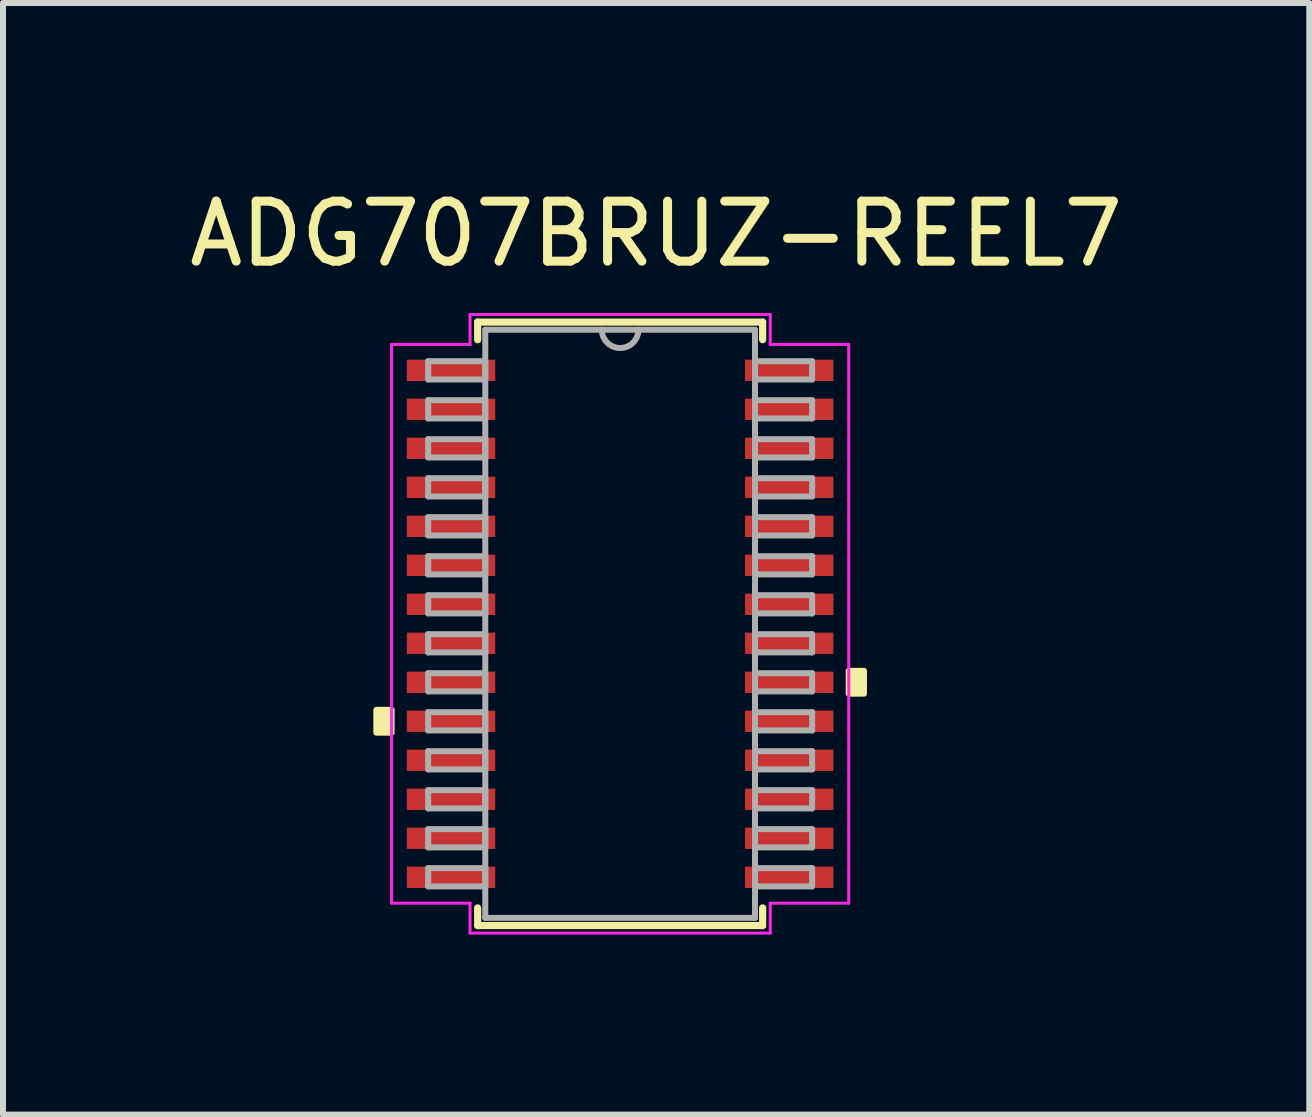
<source format=kicad_pcb>
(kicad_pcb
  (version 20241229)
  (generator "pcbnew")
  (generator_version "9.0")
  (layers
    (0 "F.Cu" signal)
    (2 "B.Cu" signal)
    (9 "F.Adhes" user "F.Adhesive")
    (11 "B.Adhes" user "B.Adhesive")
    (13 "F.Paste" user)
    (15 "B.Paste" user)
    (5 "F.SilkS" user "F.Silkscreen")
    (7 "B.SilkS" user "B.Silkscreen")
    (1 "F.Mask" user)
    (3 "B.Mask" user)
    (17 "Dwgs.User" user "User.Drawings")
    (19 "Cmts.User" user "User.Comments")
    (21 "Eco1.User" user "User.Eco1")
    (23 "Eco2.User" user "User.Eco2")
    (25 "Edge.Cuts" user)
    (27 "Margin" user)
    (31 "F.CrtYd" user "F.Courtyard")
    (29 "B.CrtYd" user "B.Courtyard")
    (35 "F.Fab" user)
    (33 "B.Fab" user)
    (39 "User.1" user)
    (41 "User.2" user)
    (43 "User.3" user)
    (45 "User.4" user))
  (footprint "ADG707BRUZ-REEL7"
    (layer "F.Cu")
    (at 7.287 7.348)
    (property "Reference" "ADG707BRUZ-REEL7" (at 0.6 -6.5 0) (layer "F.SilkS") (effects (font (size 1 1) (thickness 0.15))))
    (attr through_hole)
    (fp_line (start -2.375 -5.029) (end -2.375 -4.736) (stroke (width 0.12) (type solid)) (layer "F.SilkS"))
    (fp_line (start -2.375 4.736) (end -2.375 5.029) (stroke (width 0.12) (type solid)) (layer "F.SilkS"))
    (fp_line (start -2.375 5.029) (end 2.375 5.029) (stroke (width 0.12) (type solid)) (layer "F.SilkS"))
    (fp_line (start 2.375 -5.029) (end -2.375 -5.029) (stroke (width 0.12) (type solid)) (layer "F.SilkS"))
    (fp_line (start 2.375 -4.736) (end 2.375 -5.029) (stroke (width 0.12) (type solid)) (layer "F.SilkS"))
    (fp_line (start 2.375 5.029) (end 2.375 4.736) (stroke (width 0.12) (type solid)) (layer "F.SilkS"))
    (fp_poly (pts (xy -4.064 1.434) (xy -4.064 1.815) (xy -3.81 1.815) (xy -3.81 1.434)) (stroke (width 0.1) (type solid)) (fill yes) (layer "F.SilkS"))
    (fp_poly (pts (xy 4.064 0.784) (xy 4.064 1.165) (xy 3.81 1.165) (xy 3.81 0.784)) (stroke (width 0.1) (type solid)) (fill yes) (layer "F.SilkS"))
    (fp_line (start -3.81 -4.657) (end -2.502 -4.657) (stroke (width 0.05) (type solid)) (layer "F.CrtYd"))
    (fp_line (start -3.81 4.657) (end -3.81 -4.657) (stroke (width 0.05) (type solid)) (layer "F.CrtYd"))
    (fp_line (start -2.502 -5.156) (end 2.502 -5.156) (stroke (width 0.05) (type solid)) (layer "F.CrtYd"))
    (fp_line (start -2.502 -4.657) (end -2.502 -5.156) (stroke (width 0.05) (type solid)) (layer "F.CrtYd"))
    (fp_line (start -2.502 4.657) (end -3.81 4.657) (stroke (width 0.05) (type solid)) (layer "F.CrtYd"))
    (fp_line (start -2.502 5.156) (end -2.502 4.657) (stroke (width 0.05) (type solid)) (layer "F.CrtYd"))
    (fp_line (start 2.502 -5.156) (end 2.502 -4.657) (stroke (width 0.05) (type solid)) (layer "F.CrtYd"))
    (fp_line (start 2.502 -4.657) (end 3.81 -4.657) (stroke (width 0.05) (type solid)) (layer "F.CrtYd"))
    (fp_line (start 2.502 4.657) (end 2.502 5.156) (stroke (width 0.05) (type solid)) (layer "F.CrtYd"))
    (fp_line (start 2.502 5.156) (end -2.502 5.156) (stroke (width 0.05) (type solid)) (layer "F.CrtYd"))
    (fp_line (start 3.81 -4.657) (end 3.81 4.657) (stroke (width 0.05) (type solid)) (layer "F.CrtYd"))
    (fp_line (start 3.81 4.657) (end 2.502 4.657) (stroke (width 0.05) (type solid)) (layer "F.CrtYd"))
    (fp_line (start -3.2 -4.377) (end -3.2 -4.073) (stroke (width 0.1) (type solid)) (layer "F.Fab"))
    (fp_line (start -3.2 -4.073) (end -2.248 -4.073) (stroke (width 0.1) (type solid)) (layer "F.Fab"))
    (fp_line (start -3.2 -3.727) (end -3.2 -3.423) (stroke (width 0.1) (type solid)) (layer "F.Fab"))
    (fp_line (start -3.2 -3.423) (end -2.248 -3.423) (stroke (width 0.1) (type solid)) (layer "F.Fab"))
    (fp_line (start -3.2 -3.077) (end -3.2 -2.773) (stroke (width 0.1) (type solid)) (layer "F.Fab"))
    (fp_line (start -3.2 -2.773) (end -2.248 -2.773) (stroke (width 0.1) (type solid)) (layer "F.Fab"))
    (fp_line (start -3.2 -2.427) (end -3.2 -2.123) (stroke (width 0.1) (type solid)) (layer "F.Fab"))
    (fp_line (start -3.2 -2.123) (end -2.248 -2.123) (stroke (width 0.1) (type solid)) (layer "F.Fab"))
    (fp_line (start -3.2 -1.777) (end -3.2 -1.473) (stroke (width 0.1) (type solid)) (layer "F.Fab"))
    (fp_line (start -3.2 -1.473) (end -2.248 -1.473) (stroke (width 0.1) (type solid)) (layer "F.Fab"))
    (fp_line (start -3.2 -1.127) (end -3.2 -0.823) (stroke (width 0.1) (type solid)) (layer "F.Fab"))
    (fp_line (start -3.2 -0.823) (end -2.248 -0.823) (stroke (width 0.1) (type solid)) (layer "F.Fab"))
    (fp_line (start -3.2 -0.477) (end -3.2 -0.173) (stroke (width 0.1) (type solid)) (layer "F.Fab"))
    (fp_line (start -3.2 -0.173) (end -2.248 -0.173) (stroke (width 0.1) (type solid)) (layer "F.Fab"))
    (fp_line (start -3.2 0.173) (end -3.2 0.477) (stroke (width 0.1) (type solid)) (layer "F.Fab"))
    (fp_line (start -3.2 0.477) (end -2.248 0.477) (stroke (width 0.1) (type solid)) (layer "F.Fab"))
    (fp_line (start -3.2 0.823) (end -3.2 1.127) (stroke (width 0.1) (type solid)) (layer "F.Fab"))
    (fp_line (start -3.2 1.127) (end -2.248 1.127) (stroke (width 0.1) (type solid)) (layer "F.Fab"))
    (fp_line (start -3.2 1.473) (end -3.2 1.777) (stroke (width 0.1) (type solid)) (layer "F.Fab"))
    (fp_line (start -3.2 1.777) (end -2.248 1.777) (stroke (width 0.1) (type solid)) (layer "F.Fab"))
    (fp_line (start -3.2 2.123) (end -3.2 2.427) (stroke (width 0.1) (type solid)) (layer "F.Fab"))
    (fp_line (start -3.2 2.427) (end -2.248 2.427) (stroke (width 0.1) (type solid)) (layer "F.Fab"))
    (fp_line (start -3.2 2.773) (end -3.2 3.077) (stroke (width 0.1) (type solid)) (layer "F.Fab"))
    (fp_line (start -3.2 3.077) (end -2.248 3.077) (stroke (width 0.1) (type solid)) (layer "F.Fab"))
    (fp_line (start -3.2 3.423) (end -3.2 3.727) (stroke (width 0.1) (type solid)) (layer "F.Fab"))
    (fp_line (start -3.2 3.727) (end -2.248 3.727) (stroke (width 0.1) (type solid)) (layer "F.Fab"))
    (fp_line (start -3.2 4.073) (end -3.2 4.377) (stroke (width 0.1) (type solid)) (layer "F.Fab"))
    (fp_line (start -3.2 4.377) (end -2.248 4.377) (stroke (width 0.1) (type solid)) (layer "F.Fab"))
    (fp_line (start -2.248 -4.902) (end -2.248 4.902) (stroke (width 0.1) (type solid)) (layer "F.Fab"))
    (fp_line (start -2.248 -4.377) (end -3.2 -4.377) (stroke (width 0.1) (type solid)) (layer "F.Fab"))
    (fp_line (start -2.248 -4.073) (end -2.248 -4.377) (stroke (width 0.1) (type solid)) (layer "F.Fab"))
    (fp_line (start -2.248 -3.727) (end -3.2 -3.727) (stroke (width 0.1) (type solid)) (layer "F.Fab"))
    (fp_line (start -2.248 -3.423) (end -2.248 -3.727) (stroke (width 0.1) (type solid)) (layer "F.Fab"))
    (fp_line (start -2.248 -3.077) (end -3.2 -3.077) (stroke (width 0.1) (type solid)) (layer "F.Fab"))
    (fp_line (start -2.248 -2.773) (end -2.248 -3.077) (stroke (width 0.1) (type solid)) (layer "F.Fab"))
    (fp_line (start -2.248 -2.427) (end -3.2 -2.427) (stroke (width 0.1) (type solid)) (layer "F.Fab"))
    (fp_line (start -2.248 -2.123) (end -2.248 -2.427) (stroke (width 0.1) (type solid)) (layer "F.Fab"))
    (fp_line (start -2.248 -1.777) (end -3.2 -1.777) (stroke (width 0.1) (type solid)) (layer "F.Fab"))
    (fp_line (start -2.248 -1.473) (end -2.248 -1.777) (stroke (width 0.1) (type solid)) (layer "F.Fab"))
    (fp_line (start -2.248 -1.127) (end -3.2 -1.127) (stroke (width 0.1) (type solid)) (layer "F.Fab"))
    (fp_line (start -2.248 -0.823) (end -2.248 -1.127) (stroke (width 0.1) (type solid)) (layer "F.Fab"))
    (fp_line (start -2.248 -0.477) (end -3.2 -0.477) (stroke (width 0.1) (type solid)) (layer "F.Fab"))
    (fp_line (start -2.248 -0.173) (end -2.248 -0.477) (stroke (width 0.1) (type solid)) (layer "F.Fab"))
    (fp_line (start -2.248 0.173) (end -3.2 0.173) (stroke (width 0.1) (type solid)) (layer "F.Fab"))
    (fp_line (start -2.248 0.477) (end -2.248 0.173) (stroke (width 0.1) (type solid)) (layer "F.Fab"))
    (fp_line (start -2.248 0.823) (end -3.2 0.823) (stroke (width 0.1) (type solid)) (layer "F.Fab"))
    (fp_line (start -2.248 1.127) (end -2.248 0.823) (stroke (width 0.1) (type solid)) (layer "F.Fab"))
    (fp_line (start -2.248 1.473) (end -3.2 1.473) (stroke (width 0.1) (type solid)) (layer "F.Fab"))
    (fp_line (start -2.248 1.777) (end -2.248 1.473) (stroke (width 0.1) (type solid)) (layer "F.Fab"))
    (fp_line (start -2.248 2.123) (end -3.2 2.123) (stroke (width 0.1) (type solid)) (layer "F.Fab"))
    (fp_line (start -2.248 2.427) (end -2.248 2.123) (stroke (width 0.1) (type solid)) (layer "F.Fab"))
    (fp_line (start -2.248 2.773) (end -3.2 2.773) (stroke (width 0.1) (type solid)) (layer "F.Fab"))
    (fp_line (start -2.248 3.077) (end -2.248 2.773) (stroke (width 0.1) (type solid)) (layer "F.Fab"))
    (fp_line (start -2.248 3.423) (end -3.2 3.423) (stroke (width 0.1) (type solid)) (layer "F.Fab"))
    (fp_line (start -2.248 3.727) (end -2.248 3.423) (stroke (width 0.1) (type solid)) (layer "F.Fab"))
    (fp_line (start -2.248 4.073) (end -3.2 4.073) (stroke (width 0.1) (type solid)) (layer "F.Fab"))
    (fp_line (start -2.248 4.377) (end -2.248 4.073) (stroke (width 0.1) (type solid)) (layer "F.Fab"))
    (fp_line (start -2.248 4.902) (end 2.248 4.902) (stroke (width 0.1) (type solid)) (layer "F.Fab"))
    (fp_line (start 2.248 -4.902) (end -2.248 -4.902) (stroke (width 0.1) (type solid)) (layer "F.Fab"))
    (fp_line (start 2.248 -4.377) (end 2.248 -4.073) (stroke (width 0.1) (type solid)) (layer "F.Fab"))
    (fp_line (start 2.248 -4.073) (end 3.2 -4.073) (stroke (width 0.1) (type solid)) (layer "F.Fab"))
    (fp_line (start 2.248 -3.727) (end 2.248 -3.423) (stroke (width 0.1) (type solid)) (layer "F.Fab"))
    (fp_line (start 2.248 -3.423) (end 3.2 -3.423) (stroke (width 0.1) (type solid)) (layer "F.Fab"))
    (fp_line (start 2.248 -3.077) (end 2.248 -2.773) (stroke (width 0.1) (type solid)) (layer "F.Fab"))
    (fp_line (start 2.248 -2.773) (end 3.2 -2.773) (stroke (width 0.1) (type solid)) (layer "F.Fab"))
    (fp_line (start 2.248 -2.427) (end 2.248 -2.123) (stroke (width 0.1) (type solid)) (layer "F.Fab"))
    (fp_line (start 2.248 -2.123) (end 3.2 -2.123) (stroke (width 0.1) (type solid)) (layer "F.Fab"))
    (fp_line (start 2.248 -1.777) (end 2.248 -1.473) (stroke (width 0.1) (type solid)) (layer "F.Fab"))
    (fp_line (start 2.248 -1.473) (end 3.2 -1.473) (stroke (width 0.1) (type solid)) (layer "F.Fab"))
    (fp_line (start 2.248 -1.127) (end 2.248 -0.823) (stroke (width 0.1) (type solid)) (layer "F.Fab"))
    (fp_line (start 2.248 -0.823) (end 3.2 -0.823) (stroke (width 0.1) (type solid)) (layer "F.Fab"))
    (fp_line (start 2.248 -0.477) (end 2.248 -0.173) (stroke (width 0.1) (type solid)) (layer "F.Fab"))
    (fp_line (start 2.248 -0.173) (end 3.2 -0.173) (stroke (width 0.1) (type solid)) (layer "F.Fab"))
    (fp_line (start 2.248 0.173) (end 2.248 0.477) (stroke (width 0.1) (type solid)) (layer "F.Fab"))
    (fp_line (start 2.248 0.477) (end 3.2 0.477) (stroke (width 0.1) (type solid)) (layer "F.Fab"))
    (fp_line (start 2.248 0.823) (end 2.248 1.127) (stroke (width 0.1) (type solid)) (layer "F.Fab"))
    (fp_line (start 2.248 1.127) (end 3.2 1.127) (stroke (width 0.1) (type solid)) (layer "F.Fab"))
    (fp_line (start 2.248 1.473) (end 2.248 1.777) (stroke (width 0.1) (type solid)) (layer "F.Fab"))
    (fp_line (start 2.248 1.777) (end 3.2 1.777) (stroke (width 0.1) (type solid)) (layer "F.Fab"))
    (fp_line (start 2.248 2.123) (end 2.248 2.427) (stroke (width 0.1) (type solid)) (layer "F.Fab"))
    (fp_line (start 2.248 2.427) (end 3.2 2.427) (stroke (width 0.1) (type solid)) (layer "F.Fab"))
    (fp_line (start 2.248 2.773) (end 2.248 3.077) (stroke (width 0.1) (type solid)) (layer "F.Fab"))
    (fp_line (start 2.248 3.077) (end 3.2 3.077) (stroke (width 0.1) (type solid)) (layer "F.Fab"))
    (fp_line (start 2.248 3.423) (end 2.248 3.727) (stroke (width 0.1) (type solid)) (layer "F.Fab"))
    (fp_line (start 2.248 3.727) (end 3.2 3.727) (stroke (width 0.1) (type solid)) (layer "F.Fab"))
    (fp_line (start 2.248 4.073) (end 2.248 4.377) (stroke (width 0.1) (type solid)) (layer "F.Fab"))
    (fp_line (start 2.248 4.377) (end 3.2 4.377) (stroke (width 0.1) (type solid)) (layer "F.Fab"))
    (fp_line (start 2.248 4.902) (end 2.248 -4.902) (stroke (width 0.1) (type solid)) (layer "F.Fab"))
    (fp_line (start 3.2 -4.377) (end 2.248 -4.377) (stroke (width 0.1) (type solid)) (layer "F.Fab"))
    (fp_line (start 3.2 -4.073) (end 3.2 -4.377) (stroke (width 0.1) (type solid)) (layer "F.Fab"))
    (fp_line (start 3.2 -3.727) (end 2.248 -3.727) (stroke (width 0.1) (type solid)) (layer "F.Fab"))
    (fp_line (start 3.2 -3.423) (end 3.2 -3.727) (stroke (width 0.1) (type solid)) (layer "F.Fab"))
    (fp_line (start 3.2 -3.077) (end 2.248 -3.077) (stroke (width 0.1) (type solid)) (layer "F.Fab"))
    (fp_line (start 3.2 -2.773) (end 3.2 -3.077) (stroke (width 0.1) (type solid)) (layer "F.Fab"))
    (fp_line (start 3.2 -2.427) (end 2.248 -2.427) (stroke (width 0.1) (type solid)) (layer "F.Fab"))
    (fp_line (start 3.2 -2.123) (end 3.2 -2.427) (stroke (width 0.1) (type solid)) (layer "F.Fab"))
    (fp_line (start 3.2 -1.777) (end 2.248 -1.777) (stroke (width 0.1) (type solid)) (layer "F.Fab"))
    (fp_line (start 3.2 -1.473) (end 3.2 -1.777) (stroke (width 0.1) (type solid)) (layer "F.Fab"))
    (fp_line (start 3.2 -1.127) (end 2.248 -1.127) (stroke (width 0.1) (type solid)) (layer "F.Fab"))
    (fp_line (start 3.2 -0.823) (end 3.2 -1.127) (stroke (width 0.1) (type solid)) (layer "F.Fab"))
    (fp_line (start 3.2 -0.477) (end 2.248 -0.477) (stroke (width 0.1) (type solid)) (layer "F.Fab"))
    (fp_line (start 3.2 -0.173) (end 3.2 -0.477) (stroke (width 0.1) (type solid)) (layer "F.Fab"))
    (fp_line (start 3.2 0.173) (end 2.248 0.173) (stroke (width 0.1) (type solid)) (layer "F.Fab"))
    (fp_line (start 3.2 0.477) (end 3.2 0.173) (stroke (width 0.1) (type solid)) (layer "F.Fab"))
    (fp_line (start 3.2 0.823) (end 2.248 0.823) (stroke (width 0.1) (type solid)) (layer "F.Fab"))
    (fp_line (start 3.2 1.127) (end 3.2 0.823) (stroke (width 0.1) (type solid)) (layer "F.Fab"))
    (fp_line (start 3.2 1.473) (end 2.248 1.473) (stroke (width 0.1) (type solid)) (layer "F.Fab"))
    (fp_line (start 3.2 1.777) (end 3.2 1.473) (stroke (width 0.1) (type solid)) (layer "F.Fab"))
    (fp_line (start 3.2 2.123) (end 2.248 2.123) (stroke (width 0.1) (type solid)) (layer "F.Fab"))
    (fp_line (start 3.2 2.427) (end 3.2 2.123) (stroke (width 0.1) (type solid)) (layer "F.Fab"))
    (fp_line (start 3.2 2.773) (end 2.248 2.773) (stroke (width 0.1) (type solid)) (layer "F.Fab"))
    (fp_line (start 3.2 3.077) (end 3.2 2.773) (stroke (width 0.1) (type solid)) (layer "F.Fab"))
    (fp_line (start 3.2 3.423) (end 2.248 3.423) (stroke (width 0.1) (type solid)) (layer "F.Fab"))
    (fp_line (start 3.2 3.727) (end 3.2 3.423) (stroke (width 0.1) (type solid)) (layer "F.Fab"))
    (fp_line (start 3.2 4.073) (end 2.248 4.073) (stroke (width 0.1) (type solid)) (layer "F.Fab"))
    (fp_line (start 3.2 4.377) (end 3.2 4.073) (stroke (width 0.1) (type solid)) (layer "F.Fab"))
    (fp_arc (start 0.3048 -4.9022) (mid 0 -4.5974) (end -0.3048 -4.9022) (stroke (width 0.1) (type solid)) (layer "F.Fab"))
    (pad "1" smd rect (at -2.819 -4.225) (size 1.473 0.356) (layers "F.Cu" "F.Mask" "F.Paste"))
    (pad "2" smd rect (at -2.819 -3.575) (size 1.473 0.356) (layers "F.Cu" "F.Mask" "F.Paste"))
    (pad "3" smd rect (at -2.819 -2.925) (size 1.473 0.356) (layers "F.Cu" "F.Mask" "F.Paste"))
    (pad "4" smd rect (at -2.819 -2.275) (size 1.473 0.356) (layers "F.Cu" "F.Mask" "F.Paste"))
    (pad "5" smd rect (at -2.819 -1.625) (size 1.473 0.356) (layers "F.Cu" "F.Mask" "F.Paste"))
    (pad "6" smd rect (at -2.819 -0.975) (size 1.473 0.356) (layers "F.Cu" "F.Mask" "F.Paste"))
    (pad "7" smd rect (at -2.819 -0.325) (size 1.473 0.356) (layers "F.Cu" "F.Mask" "F.Paste"))
    (pad "8" smd rect (at -2.819 0.325) (size 1.473 0.356) (layers "F.Cu" "F.Mask" "F.Paste"))
    (pad "9" smd rect (at -2.819 0.975) (size 1.473 0.356) (layers "F.Cu" "F.Mask" "F.Paste"))
    (pad "10" smd rect (at -2.819 1.625) (size 1.473 0.356) (layers "F.Cu" "F.Mask" "F.Paste"))
    (pad "11" smd rect (at -2.819 2.275) (size 1.473 0.356) (layers "F.Cu" "F.Mask" "F.Paste"))
    (pad "12" smd rect (at -2.819 2.925) (size 1.473 0.356) (layers "F.Cu" "F.Mask" "F.Paste"))
    (pad "13" smd rect (at -2.819 3.575) (size 1.473 0.356) (layers "F.Cu" "F.Mask" "F.Paste"))
    (pad "14" smd rect (at -2.819 4.225) (size 1.473 0.356) (layers "F.Cu" "F.Mask" "F.Paste"))
    (pad "15" smd rect (at 2.819 4.225) (size 1.473 0.356) (layers "F.Cu" "F.Mask" "F.Paste"))
    (pad "16" smd rect (at 2.819 3.575) (size 1.473 0.356) (layers "F.Cu" "F.Mask" "F.Paste"))
    (pad "17" smd rect (at 2.819 2.925) (size 1.473 0.356) (layers "F.Cu" "F.Mask" "F.Paste"))
    (pad "18" smd rect (at 2.819 2.275) (size 1.473 0.356) (layers "F.Cu" "F.Mask" "F.Paste"))
    (pad "19" smd rect (at 2.819 1.625) (size 1.473 0.356) (layers "F.Cu" "F.Mask" "F.Paste"))
    (pad "20" smd rect (at 2.819 0.975) (size 1.473 0.356) (layers "F.Cu" "F.Mask" "F.Paste"))
    (pad "21" smd rect (at 2.819 0.325) (size 1.473 0.356) (layers "F.Cu" "F.Mask" "F.Paste"))
    (pad "22" smd rect (at 2.819 -0.325) (size 1.473 0.356) (layers "F.Cu" "F.Mask" "F.Paste"))
    (pad "23" smd rect (at 2.819 -0.975) (size 1.473 0.356) (layers "F.Cu" "F.Mask" "F.Paste"))
    (pad "24" smd rect (at 2.819 -1.625) (size 1.473 0.356) (layers "F.Cu" "F.Mask" "F.Paste"))
    (pad "25" smd rect (at 2.819 -2.275) (size 1.473 0.356) (layers "F.Cu" "F.Mask" "F.Paste"))
    (pad "26" smd rect (at 2.819 -2.925) (size 1.473 0.356) (layers "F.Cu" "F.Mask" "F.Paste"))
    (pad "27" smd rect (at 2.819 -3.575) (size 1.473 0.356) (layers "F.Cu" "F.Mask" "F.Paste"))
    (pad "28" smd rect (at 2.819 -4.225) (size 1.473 0.356) (layers "F.Cu" "F.Mask" "F.Paste")))
  (gr_rect
    (start -3 -3)
    (end 18.774 15.529)
    (stroke (width 0.1) (type default))
    (fill no)
    (layer "Edge.Cuts")))
</source>
